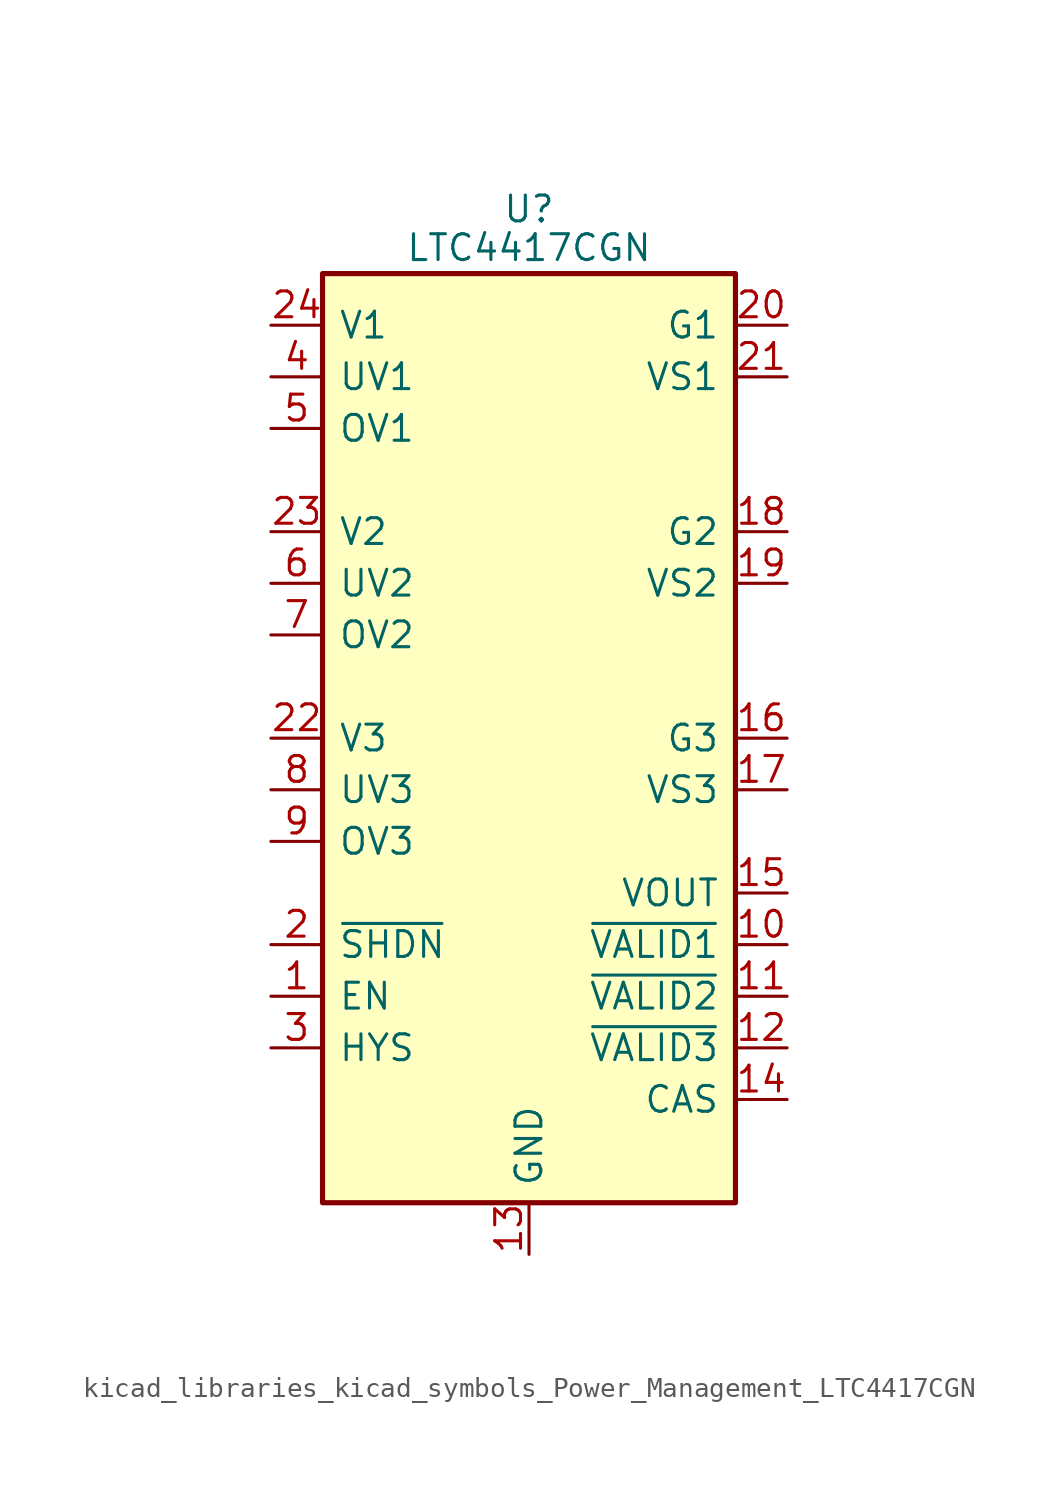
<source format=kicad_sym>
(kicad_symbol_lib
  (version 20220914)
  (generator kicad_symbol_editor)
  (symbol "kicad_libraries_kicad_symbols_Power_Management_LTC4417CGN"
    (pin_names
      (offset 0.762))
    (property "Reference" "U"
      (at 0 26.035 0)
      (effects (font (size 1.27 1.27))))
    (property "Value" "LTC4417CGN"
      (at 0 24.13 0)
      (effects (font (size 1.27 1.27))))
    (symbol "kicad_libraries_kicad_symbols_Power_Management_LTC4417CGN_0_1"
      (rectangle (start -10.16 22.86) (end 10.16 -22.86) (stroke (width 0.254) (type default)) (fill (type background))))
    (symbol "kicad_libraries_kicad_symbols_Power_Management_LTC4417CGN_1_1"
      (pin input line (at -12.7 -12.7 0) (length 2.54) (name "EN" (effects (font (size 1.27 1.27)))) (number "1" (effects (font (size 1.27 1.27)))))
      (pin open_collector line (at 12.7 -10.16 180) (length 2.54) (name "~{VALID1}" (effects (font (size 1.27 1.27)))) (number "10" (effects (font (size 1.27 1.27)))))
      (pin open_collector line (at 12.7 -12.7 180) (length 2.54) (name "~{VALID2}" (effects (font (size 1.27 1.27)))) (number "11" (effects (font (size 1.27 1.27)))))
      (pin open_collector line (at 12.7 -15.24 180) (length 2.54) (name "~{VALID3}" (effects (font (size 1.27 1.27)))) (number "12" (effects (font (size 1.27 1.27)))))
      (pin power_in line (at 0 -25.4 90) (length 2.54) (name "GND" (effects (font (size 1.27 1.27)))) (number "13" (effects (font (size 1.27 1.27)))))
      (pin output line (at 12.7 -17.78 180) (length 2.54) (name "CAS" (effects (font (size 1.27 1.27)))) (number "14" (effects (font (size 1.27 1.27)))))
      (pin output line (at 12.7 -7.62 180) (length 2.54) (name "VOUT" (effects (font (size 1.27 1.27)))) (number "15" (effects (font (size 1.27 1.27)))))
      (pin output line (at 12.7 0 180) (length 2.54) (name "G3" (effects (font (size 1.27 1.27)))) (number "16" (effects (font (size 1.27 1.27)))))
      (pin output line (at 12.7 -2.54 180) (length 2.54) (name "VS3" (effects (font (size 1.27 1.27)))) (number "17" (effects (font (size 1.27 1.27)))))
      (pin output line (at 12.7 10.16 180) (length 2.54) (name "G2" (effects (font (size 1.27 1.27)))) (number "18" (effects (font (size 1.27 1.27)))))
      (pin output line (at 12.7 7.62 180) (length 2.54) (name "VS2" (effects (font (size 1.27 1.27)))) (number "19" (effects (font (size 1.27 1.27)))))
      (pin input line (at -12.7 -10.16 0) (length 2.54) (name "~{SHDN}" (effects (font (size 1.27 1.27)))) (number "2" (effects (font (size 1.27 1.27)))))
      (pin output line (at 12.7 20.32 180) (length 2.54) (name "G1" (effects (font (size 1.27 1.27)))) (number "20" (effects (font (size 1.27 1.27)))))
      (pin output line (at 12.7 17.78 180) (length 2.54) (name "VS1" (effects (font (size 1.27 1.27)))) (number "21" (effects (font (size 1.27 1.27)))))
      (pin input line (at -12.7 0 0) (length 2.54) (name "V3" (effects (font (size 1.27 1.27)))) (number "22" (effects (font (size 1.27 1.27)))))
      (pin input line (at -12.7 10.16 0) (length 2.54) (name "V2" (effects (font (size 1.27 1.27)))) (number "23" (effects (font (size 1.27 1.27)))))
      (pin input line (at -12.7 20.32 0) (length 2.54) (name "V1" (effects (font (size 1.27 1.27)))) (number "24" (effects (font (size 1.27 1.27)))))
      (pin input line (at -12.7 -15.24 0) (length 2.54) (name "HYS" (effects (font (size 1.27 1.27)))) (number "3" (effects (font (size 1.27 1.27)))))
      (pin input line (at -12.7 17.78 0) (length 2.54) (name "UV1" (effects (font (size 1.27 1.27)))) (number "4" (effects (font (size 1.27 1.27)))))
      (pin input line (at -12.7 15.24 0) (length 2.54) (name "OV1" (effects (font (size 1.27 1.27)))) (number "5" (effects (font (size 1.27 1.27)))))
      (pin input line (at -12.7 7.62 0) (length 2.54) (name "UV2" (effects (font (size 1.27 1.27)))) (number "6" (effects (font (size 1.27 1.27)))))
      (pin input line (at -12.7 5.08 0) (length 2.54) (name "OV2" (effects (font (size 1.27 1.27)))) (number "7" (effects (font (size 1.27 1.27)))))
      (pin input line (at -12.7 -2.54 0) (length 2.54) (name "UV3" (effects (font (size 1.27 1.27)))) (number "8" (effects (font (size 1.27 1.27)))))
      (pin input line (at -12.7 -5.08 0) (length 2.54) (name "OV3" (effects (font (size 1.27 1.27)))) (number "9" (effects (font (size 1.27 1.27))))))))
</source>
